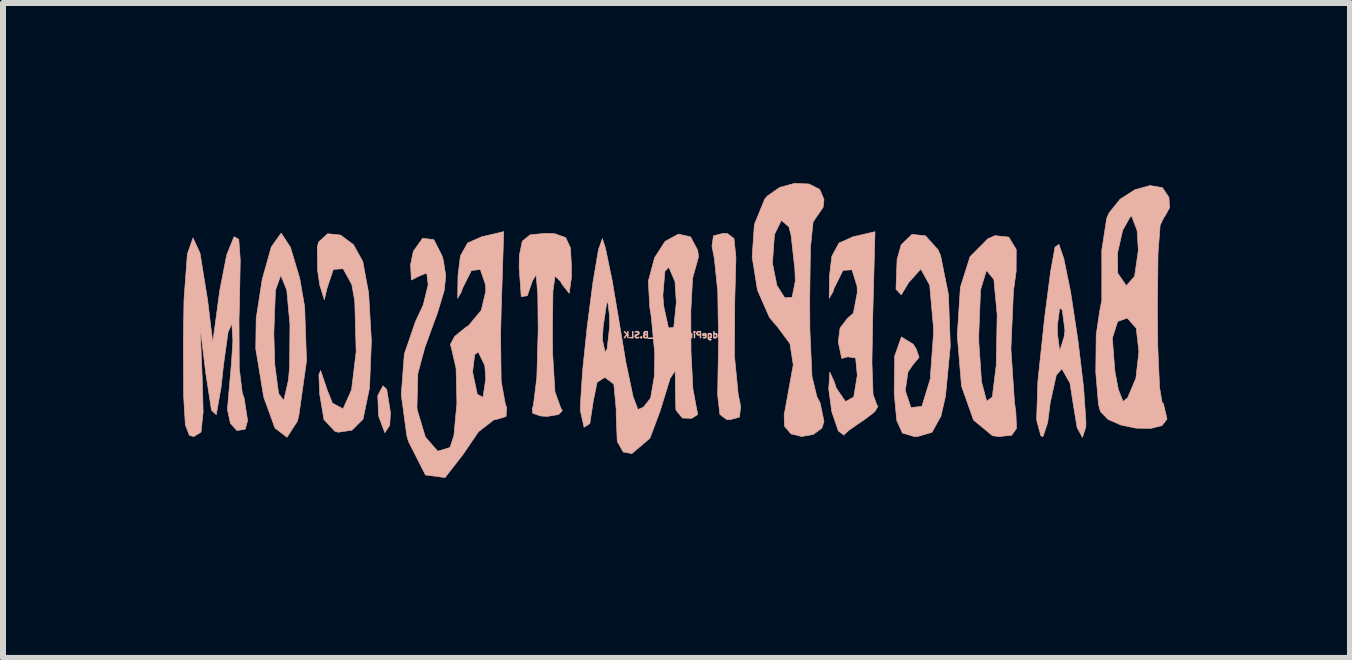
<source format=kicad_pcb>
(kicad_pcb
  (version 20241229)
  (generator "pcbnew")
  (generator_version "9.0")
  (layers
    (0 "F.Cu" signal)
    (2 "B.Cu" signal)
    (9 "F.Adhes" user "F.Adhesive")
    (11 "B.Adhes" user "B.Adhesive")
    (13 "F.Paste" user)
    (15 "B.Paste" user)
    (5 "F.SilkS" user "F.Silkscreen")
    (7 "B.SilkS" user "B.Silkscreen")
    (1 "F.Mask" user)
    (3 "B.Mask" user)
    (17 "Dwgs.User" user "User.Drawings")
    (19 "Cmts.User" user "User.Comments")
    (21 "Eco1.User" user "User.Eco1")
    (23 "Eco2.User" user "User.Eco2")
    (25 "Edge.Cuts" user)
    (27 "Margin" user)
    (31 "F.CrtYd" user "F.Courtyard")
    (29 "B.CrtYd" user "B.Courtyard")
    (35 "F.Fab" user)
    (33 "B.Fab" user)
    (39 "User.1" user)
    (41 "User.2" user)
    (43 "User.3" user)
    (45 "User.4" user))
  (footprint "BadgePiratesURL_B.SLK"
    (layer "F.Cu")
    (at 8.22 3.167)
    (property "Reference" "BadgePiratesURL_B.SLK" (at 0 -0.635 0) (layer "B.SilkS") (effects (font (size 0.1 0.1) (thickness 0.025)) (justify mirror)))
    (attr through_hole)
    (fp_poly (pts (xy -4.975 0.376) (xy -4.961 0.715) (xy -4.857 0.994) (xy -4.776 0.871) (xy -4.763 0.659) (xy -4.826 0.27) (xy -4.888 0.212) (xy -4.975 0.376)) (stroke (width 0.01) (type solid)) (fill yes) (layer "B.SilkS"))
    (fp_poly (pts (xy 0.619 -2.288) (xy 0.594 -2.116) (xy 0.634 -1.91) (xy 0.691 -1.355) (xy 0.704 -0.52) (xy 0.701 -0.358) (xy 0.689 0.366) (xy 0.726 0.689) (xy 0.839 0.774) (xy 0.901 0.776) (xy 1.053 0.734) (xy 1.072 0.555) (xy 1.031 0.35) (xy 0.969 -0.286) (xy 0.974 -1.202) (xy 0.994 -1.921) (xy 0.962 -2.242) (xy 0.849 -2.326) (xy 0.776 -2.328) (xy 0.619 -2.288)) (stroke (width 0.01) (type solid)) (fill yes) (layer "B.SilkS"))
    (fp_poly (pts (xy -6.749 -2.102) (xy -6.901 -1.56) (xy -7.001 -0.909) (xy -7.008 -0.405) (xy -6.875 0.403) (xy -6.688 0.916) (xy -6.487 1.07) (xy -6.315 0.803) (xy -6.29 0.706) (xy -6.162 -0.206) (xy -6.183 -0.804) (xy -6.438 -0.804) (xy -6.444 -0.109) (xy -6.463 0.115) (xy -6.541 0.457) (xy -6.627 0.342) (xy -6.691 -0.14) (xy -6.707 -0.659) (xy -6.68 -1.38) (xy -6.594 -1.622) (xy -6.588 -1.623) (xy -6.491 -1.382) (xy -6.438 -0.804) (xy -6.183 -0.804) (xy -6.193 -1.101) (xy -6.275 -1.578) (xy -6.43 -2.096) (xy -6.581 -2.327) (xy -6.588 -2.328) (xy -6.749 -2.102)) (stroke (width 0.01) (type solid)) (fill yes) (layer "B.SilkS"))
    (fp_poly (pts (xy -5.959 -2.186) (xy -5.983 -2.103) (xy -5.977 -1.71) (xy -5.942 -1.468) (xy -5.865 -1.222) (xy -5.821 -1.411) (xy -5.715 -1.728) (xy -5.553 -1.739) (xy -5.408 -1.477) (xy -5.358 -1.199) (xy -5.335 -0.356) (xy -5.411 0.277) (xy -5.553 0.596) (xy -5.73 0.501) (xy -5.815 0.289) (xy -5.927 -0.042) (xy -5.956 0.028) (xy -5.942 0.353) (xy -5.871 0.776) (xy -5.692 0.968) (xy -5.635 0.986) (xy -5.405 0.952) (xy -5.226 0.774) (xy -5.219 0.761) (xy -5.112 0.244) (xy -5.081 -0.533) (xy -5.127 -1.334) (xy -5.225 -1.861) (xy -5.38 -2.14) (xy -5.596 -2.3) (xy -5.81 -2.322) (xy -5.959 -2.186)) (stroke (width 0.01) (type solid)) (fill yes) (layer "B.SilkS"))
    (fp_poly (pts (xy -2.435 -2.304) (xy -2.567 -2.198) (xy -2.615 -1.962) (xy -2.619 -1.764) (xy -2.584 -1.273) (xy -2.483 -1.289) (xy -2.397 -1.538) (xy -2.336 -1.636) (xy -2.308 -1.31) (xy -2.302 -0.715) (xy -2.324 0.074) (xy -2.382 0.544) (xy -2.401 0.589) (xy -2.392 0.67) (xy -2.257 0.716) (xy -2.143 0.721) (xy -1.963 0.691) (xy -1.899 0.627) (xy -1.925 0.582) (xy -2.022 0.314) (xy -2.061 -0.328) (xy -2.064 -0.666) (xy -2.056 -1.367) (xy -2.02 -1.617) (xy -1.932 -1.531) (xy -1.905 -1.482) (xy -1.785 -1.329) (xy -1.748 -1.591) (xy -1.746 -1.754) (xy -1.764 -2.086) (xy -1.844 -2.258) (xy -2.023 -2.322) (xy -2.183 -2.328) (xy -2.435 -2.304)) (stroke (width 0.01) (type solid)) (fill yes) (layer "B.SilkS"))
    (fp_poly (pts (xy 5.189 -2.236) (xy 4.895 -1.94) (xy 4.734 -1.431) (xy 4.683 -0.641) (xy 4.683 -0.616) (xy 4.753 0.219) (xy 4.953 0.783) (xy 5.269 1.044) (xy 5.378 1.058) (xy 5.588 1.036) (xy 5.67 0.922) (xy 5.658 0.648) (xy 5.636 0.494) (xy 5.576 -0.402) (xy 5.601 -0.974) (xy 5.347 -0.974) (xy 5.331 -0.127) (xy 5.266 0.399) (xy 5.172 0.469) (xy 5.086 0.145) (xy 5.041 -0.513) (xy 5.04 -0.635) (xy 5.07 -1.39) (xy 5.165 -1.7) (xy 5.173 -1.706) (xy 5.292 -1.559) (xy 5.347 -0.974) (xy 5.601 -0.974) (xy 5.618 -1.366) (xy 5.663 -1.695) (xy 5.665 -2.058) (xy 5.54 -2.266) (xy 5.311 -2.29) (xy 5.189 -2.236)) (stroke (width 0.01) (type solid)) (fill yes) (layer "B.SilkS"))
    (fp_poly (pts (xy 6.311 -2.099) (xy 6.237 -1.69) (xy 6.137 -0.919) (xy 6.025 0.139) (xy 6.004 0.78) (xy 6.075 1.046) (xy 6.111 1.058) (xy 6.188 0.826) (xy 6.231 0.494) (xy 6.332 0.035) (xy 6.425 -0.071) (xy 6.56 0.167) (xy 6.611 0.494) (xy 6.679 0.909) (xy 6.768 1.072) (xy 6.824 0.899) (xy 6.826 0.811) (xy 6.787 0.24) (xy 6.691 -0.561) (xy 6.667 -0.717) (xy 6.476 -0.717) (xy 6.466 -0.615) (xy 6.389 -0.365) (xy 6.352 -0.65) (xy 6.35 -0.793) (xy 6.389 -1.083) (xy 6.431 -1.055) (xy 6.476 -0.717) (xy 6.667 -0.717) (xy 6.57 -1.356) (xy 6.457 -1.909) (xy 6.457 -1.909) (xy 6.375 -2.145) (xy 6.311 -2.099)) (stroke (width 0.01) (type solid)) (fill yes) (layer "B.SilkS"))
    (fp_poly (pts (xy 3.747 -2.137) (xy 3.679 -1.893) (xy 3.661 -1.397) (xy 3.749 -1.304) (xy 3.871 -1.507) (xy 4.075 -1.735) (xy 4.223 -1.464) (xy 4.286 -0.752) (xy 4.286 -0.654) (xy 4.231 0.102) (xy 4.092 0.555) (xy 3.91 0.574) (xy 3.909 0.573) (xy 3.815 0.291) (xy 3.861 -0.02) (xy 3.949 -0.147) (xy 4.046 -0.262) (xy 3.996 -0.406) (xy 3.949 -0.48) (xy 3.751 -0.602) (xy 3.639 -0.284) (xy 3.631 0.331) (xy 3.673 0.789) (xy 3.769 1) (xy 3.964 1.057) (xy 4.016 1.058) (xy 4.26 0.987) (xy 4.41 0.717) (xy 4.486 0.383) (xy 4.566 -0.454) (xy 4.535 -1.308) (xy 4.404 -1.958) (xy 4.362 -2.054) (xy 4.152 -2.288) (xy 3.927 -2.311) (xy 3.747 -2.137)) (stroke (width 0.01) (type solid)) (fill yes) (layer "B.SilkS"))
    (fp_poly (pts (xy 2.946 -2.272) (xy 2.711 -2.167) (xy 2.592 -1.948) (xy 2.553 -1.623) (xy 2.548 -1.247) (xy 2.611 -1.355) (xy 2.628 -1.411) (xy 2.778 -1.712) (xy 2.927 -1.721) (xy 3.012 -1.451) (xy 3.016 -1.341) (xy 2.95 -0.996) (xy 2.857 -0.917) (xy 2.729 -0.752) (xy 2.699 -0.52) (xy 2.757 -0.243) (xy 2.857 -0.271) (xy 2.988 -0.252) (xy 3.016 0.038) (xy 2.957 0.398) (xy 2.819 0.475) (xy 2.665 0.249) (xy 2.635 0.155) (xy 2.558 -0.016) (xy 2.54 0.266) (xy 2.591 0.644) (xy 2.7 0.965) (xy 2.797 1.036) (xy 2.804 1.018) (xy 2.883 0.949) (xy 3.063 0.823) (xy 3.135 0.776) (xy 3.305 0.646) (xy 3.361 0.553) (xy 3.343 0.534) (xy 3.279 0.358) (xy 3.26 -0.174) (xy 3.273 -0.931) (xy 3.311 -2.356) (xy 2.946 -2.272)) (stroke (width 0.01) (type solid)) (fill yes) (layer "B.SilkS"))
    (fp_poly (pts (xy -7.371 -2.269) (xy -7.492 -1.97) (xy -7.609 -1.371) (xy -7.612 -1.345) (xy -7.725 -0.509) (xy -7.809 -1.207) (xy -7.937 -2) (xy -8.054 -2.252) (xy -8.148 -1.984) (xy -8.204 -1.22) (xy -8.215 -0.49) (xy -8.209 0.401) (xy -8.181 0.864) (xy -8.114 1.037) (xy -8.039 1.058) (xy -7.92 0.983) (xy -7.885 0.648) (xy -7.898 0.141) (xy -7.935 -0.776) (xy -7.841 0) (xy -7.746 0.619) (xy -7.666 0.694) (xy -7.583 0.218) (xy -7.548 -0.116) (xy -7.47 -0.68) (xy -7.406 -0.824) (xy -7.389 -0.538) (xy -7.413 -0.162) (xy -7.463 0.402) (xy -7.48 0.607) (xy -7.43 0.839) (xy -7.322 0.958) (xy -7.184 0.936) (xy -7.144 0.791) (xy -7.202 0.416) (xy -7.232 0.333) (xy -7.283 -0.077) (xy -7.287 -0.894) (xy -7.281 -1.109) (xy -7.266 -1.883) (xy -7.291 -2.228) (xy -7.366 -2.272) (xy -7.371 -2.269)) (stroke (width 0.01) (type solid)) (fill yes) (layer "B.SilkS"))
    (fp_poly (pts (xy 1.724 -3.095) (xy 1.514 -2.948) (xy 1.474 -2.9) (xy 1.301 -2.477) (xy 1.264 -1.936) (xy 1.352 -1.384) (xy 1.554 -0.924) (xy 1.688 -0.768) (xy 1.894 -0.49) (xy 1.949 -0.137) (xy 1.87 0.296) (xy 1.797 0.699) (xy 1.803 0.884) (xy 1.91 1.013) (xy 2.091 1.057) (xy 2.284 1.022) (xy 2.426 0.917) (xy 2.461 0.806) (xy 2.397 0.498) (xy 2.342 0.392) (xy 2.261 0.056) (xy 2.226 -0.718) (xy 2.223 -1.191) (xy 2.227 -1.533) (xy 1.983 -1.533) (xy 1.929 -1.262) (xy 1.806 -1.255) (xy 1.676 -1.461) (xy 1.602 -1.832) (xy 1.602 -1.835) (xy 1.636 -2.31) (xy 1.751 -2.545) (xy 1.877 -2.437) (xy 1.912 -2.299) (xy 1.976 -1.728) (xy 1.983 -1.533) (xy 2.227 -1.533) (xy 2.235 -2.081) (xy 2.279 -2.518) (xy 2.342 -2.611) (xy 2.447 -2.763) (xy 2.461 -2.893) (xy 2.39 -3.061) (xy 2.211 -3.151) (xy 1.973 -3.162) (xy 1.724 -3.095)) (stroke (width 0.01) (type solid)) (fill yes) (layer "B.SilkS"))
    (fp_poly (pts (xy 7.641 -3.055) (xy 7.395 -2.897) (xy 7.211 -2.668) (xy 7.172 -2.578) (xy 7.09 -2.046) (xy 7.091 -1.713) (xy 7.09 -1.21) (xy 7.057 -1.042) (xy 6.997 -0.638) (xy 6.99 -0.015) (xy 7.035 0.52) (xy 7.067 0.641) (xy 7.194 0.772) (xy 7.409 0.866) (xy 7.662 0.918) (xy 7.907 0.922) (xy 8.094 0.875) (xy 8.175 0.769) (xy 8.176 0.758) (xy 8.115 0.501) (xy 8.096 0.494) (xy 8.053 0.239) (xy 8.027 -0.355) (xy 7.709 -0.355) (xy 7.658 0.089) (xy 7.52 0.414) (xy 7.444 0.472) (xy 7.366 0.274) (xy 7.308 -0.033) (xy 7.266 -0.581) (xy 7.354 -0.859) (xy 7.514 -0.917) (xy 7.664 -0.748) (xy 7.709 -0.355) (xy 8.027 -0.355) (xy 8.024 -0.42) (xy 8.017 -1.058) (xy 8.027 -1.985) (xy 8.031 -2.046) (xy 7.699 -2.046) (xy 7.637 -1.612) (xy 7.499 -1.457) (xy 7.358 -1.661) (xy 7.356 -1.667) (xy 7.352 -1.998) (xy 7.438 -2.379) (xy 7.564 -2.603) (xy 7.59 -2.611) (xy 7.679 -2.375) (xy 7.699 -2.046) (xy 8.031 -2.046) (xy 8.063 -2.465) (xy 8.134 -2.61) (xy 8.141 -2.611) (xy 8.221 -2.758) (xy 8.209 -2.928) (xy 8.102 -3.089) (xy 7.894 -3.125) (xy 7.641 -3.055)) (stroke (width 0.01) (type solid)) (fill yes) (layer "B.SilkS"))
    (fp_poly (pts (xy -3.243 -2.272) (xy -3.479 -2.167) (xy -3.598 -1.951) (xy -3.638 -1.623) (xy -3.643 -1.247) (xy -3.581 -1.355) (xy -3.564 -1.411) (xy -3.415 -1.708) (xy -3.266 -1.727) (xy -3.18 -1.475) (xy -3.175 -1.365) (xy -3.25 -1.046) (xy -3.458 -0.796) (xy -3.512 -0.759) (xy -3.693 -0.612) (xy -3.765 -0.477) (xy -3.75 -0.429) (xy -3.67 -0.079) (xy -3.656 0.503) (xy -3.706 1.042) (xy -3.77 1.239) (xy -3.976 1.302) (xy -4.182 1.065) (xy -4.316 0.619) (xy -4.322 0.569) (xy -4.307 0.008) (xy -4.192 -0.421) (xy -3.977 -1.012) (xy -3.868 -1.375) (xy -3.842 -1.621) (xy -3.879 -1.86) (xy -3.898 -1.944) (xy -4.041 -2.224) (xy -4.227 -2.246) (xy -4.382 -2.03) (xy -4.428 -1.805) (xy -4.415 -1.551) (xy -4.296 -1.612) (xy -4.159 -1.669) (xy -4.135 -1.473) (xy -4.216 -1.139) (xy -4.346 -0.859) (xy -4.532 -0.318) (xy -4.583 0.361) (xy -4.491 1.042) (xy -4.463 1.141) (xy -4.18 1.698) (xy -3.854 1.741) (xy -3.552 1.353) (xy -3.296 0.977) (xy -3.042 0.78) (xy -2.997 0.772) (xy -2.837 0.723) (xy -2.826 0.577) (xy -2.849 0.519) (xy -2.918 0.137) (xy -2.919 0.094) (xy -3.175 0.094) (xy -3.221 0.403) (xy -3.316 0.354) (xy -3.395 -0.018) (xy -3.36 -0.306) (xy -3.301 -0.353) (xy -3.191 -0.126) (xy -3.175 0.094) (xy -2.919 0.094) (xy -2.928 -0.629) (xy -2.918 -1.043) (xy -2.876 -2.357) (xy -3.243 -2.272)) (stroke (width 0.01) (type solid)) (fill yes) (layer "B.SilkS"))
    (fp_poly (pts (xy -0.187 -2.195) (xy -0.362 -1.922) (xy -0.466 -1.531) (xy -0.442 -1.092) (xy -0.418 -0.946) (xy -0.359 -0.323) (xy -0.367 0.059) (xy -0.428 0.416) (xy -0.547 0.568) (xy -0.639 0.607) (xy -0.72 0.394) (xy -0.841 -0.183) (xy -0.937 -0.757) (xy -0.94 -0.776) (xy -1.111 -0.776) (xy -1.153 -0.4) (xy -1.188 -0.353) (xy -1.232 -0.56) (xy -1.219 -0.776) (xy -1.163 -1.147) (xy -1.142 -1.199) (xy -1.115 -0.969) (xy -1.111 -0.776) (xy -0.94 -0.776) (xy -1.068 -1.538) (xy -1.181 -2.083) (xy -1.232 -2.241) (xy -1.298 -2.053) (xy -1.39 -1.505) (xy -1.485 -0.773) (xy -1.562 -0.035) (xy -1.598 0.532) (xy -1.597 0.635) (xy -1.537 0.903) (xy -1.441 0.841) (xy -1.389 0.503) (xy -1.389 0.494) (xy -1.32 0.153) (xy -1.191 0.071) (xy -1.041 0.183) (xy -1.001 0.612) (xy -1.002 0.706) (xy -0.984 1.14) (xy -0.885 1.315) (xy -0.74 1.341) (xy -0.439 1.085) (xy -0.271 0.635) (xy -0.101 0.084) (xy -0.019 -0.038) (xy -0.014 0.254) (xy -0.016 0.282) (xy -0.007 0.615) (xy 0.101 0.749) (xy 0.258 0.754) (xy 0.358 0.689) (xy 0.337 0.589) (xy 0.277 0.265) (xy 0.245 -0.349) (xy 0.242 -1.037) (xy 0.25 -1.176) (xy 0 -1.176) (xy -0.042 -0.762) (xy -0.13 -0.752) (xy -0.21 -1.115) (xy -0.224 -1.293) (xy -0.19 -1.696) (xy -0.125 -1.764) (xy -0.022 -1.526) (xy 0 -1.176) (xy 0.25 -1.176) (xy 0.271 -1.579) (xy 0.322 -1.764) (xy 0.37 -1.937) (xy 0.357 -2.046) (xy 0.238 -2.27) (xy 0.035 -2.316) (xy -0.187 -2.195)) (stroke (width 0.01) (type solid)) (fill yes) (layer "B.SilkS")))
  (gr_rect
    (start -3 -3)
    (end 19.446 7.914)
    (stroke (width 0.1) (type default))
    (fill no)
    (layer "Edge.Cuts")))
</source>
